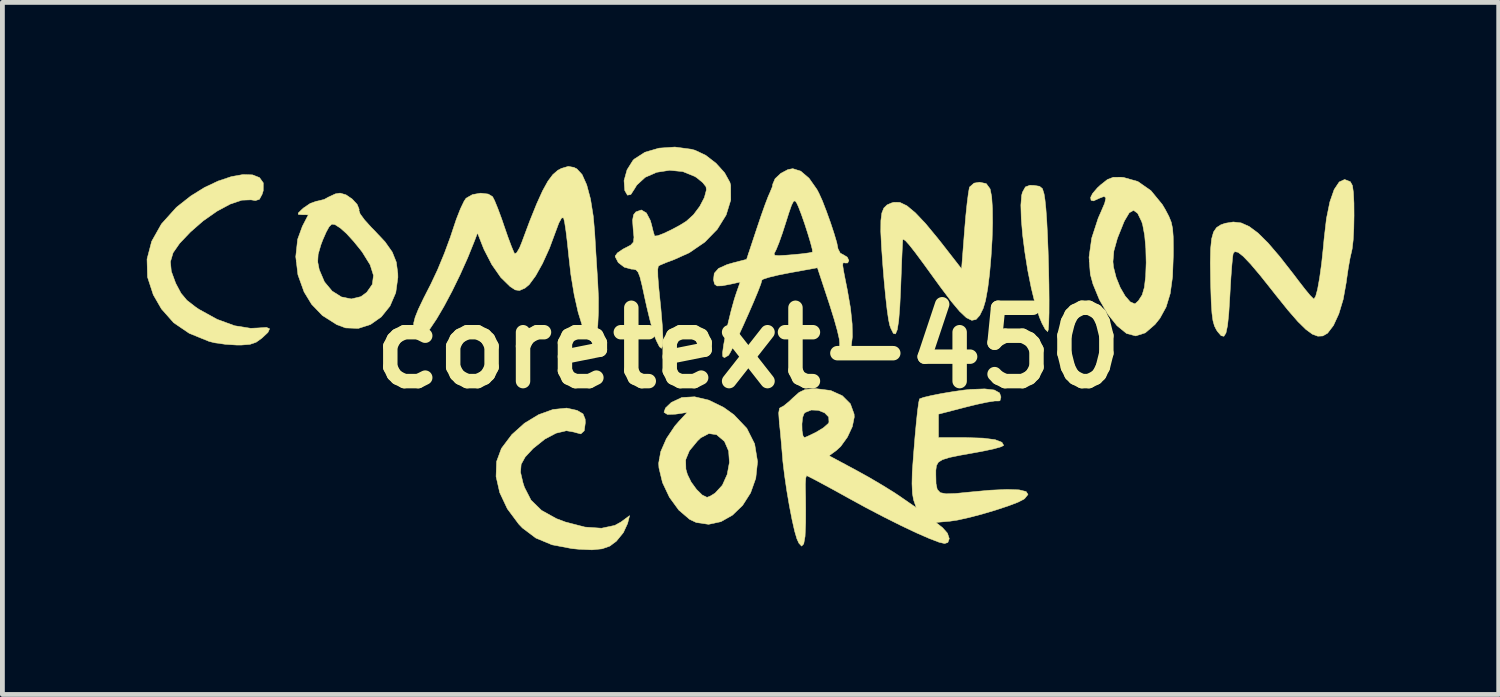
<source format=kicad_pcb>
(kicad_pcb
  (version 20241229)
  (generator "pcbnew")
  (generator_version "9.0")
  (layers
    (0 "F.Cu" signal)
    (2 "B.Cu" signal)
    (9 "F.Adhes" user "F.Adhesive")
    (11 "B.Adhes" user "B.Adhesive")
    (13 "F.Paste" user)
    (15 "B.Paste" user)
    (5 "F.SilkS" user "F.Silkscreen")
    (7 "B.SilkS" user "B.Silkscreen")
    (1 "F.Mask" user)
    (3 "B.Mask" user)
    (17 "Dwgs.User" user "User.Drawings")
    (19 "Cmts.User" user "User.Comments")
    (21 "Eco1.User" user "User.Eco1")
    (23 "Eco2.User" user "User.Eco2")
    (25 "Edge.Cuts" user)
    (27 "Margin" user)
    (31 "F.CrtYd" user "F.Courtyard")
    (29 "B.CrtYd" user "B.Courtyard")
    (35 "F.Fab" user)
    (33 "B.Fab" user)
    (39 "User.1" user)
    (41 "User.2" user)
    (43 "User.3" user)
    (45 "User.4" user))
  (footprint "coretext-450"
    (layer "F.Cu")
    (at 12.498 4.179)
    (property "Reference" "coretext-450" (at 0 0 0) (layer "F.SilkS") (effects (font (size 1.524 1.524) (thickness 0.3))))
    (attr through_hole)
    (fp_poly (pts (xy 5.941 -3.376) (xy 6.051 -3.358) (xy 6.111 -3.309) (xy 6.145 -3.199) (xy 6.164 -3.076) (xy 6.183 -2.892) (xy 6.201 -2.64) (xy 6.216 -2.339) (xy 6.229 -2.006) (xy 6.239 -1.66) (xy 6.246 -1.32) (xy 6.249 -1.003) (xy 6.248 -0.728) (xy 6.242 -0.514) (xy 6.232 -0.378) (xy 6.219 -0.339) (xy 6.169 -0.387) (xy 6.101 -0.513) (xy 6.047 -0.642) (xy 5.96 -0.915) (xy 5.879 -1.245) (xy 5.806 -1.609) (xy 5.746 -1.986) (xy 5.699 -2.352) (xy 5.671 -2.687) (xy 5.663 -2.968) (xy 5.679 -3.171) (xy 5.696 -3.235) (xy 5.757 -3.345) (xy 5.851 -3.38) (xy 5.941 -3.376)) (stroke (width 0.01) (type solid)) (fill yes) (layer "F.SilkS"))
    (fp_poly (pts (xy -3.557 1.298) (xy -3.435 1.37) (xy -3.39 1.479) (xy -3.387 1.556) (xy -3.409 1.721) (xy -3.48 1.786) (xy -3.603 1.755) (xy -3.612 1.75) (xy -3.78 1.72) (xy -3.994 1.771) (xy -4.229 1.895) (xy -4.465 2.084) (xy -4.473 2.091) (xy -4.636 2.266) (xy -4.72 2.418) (xy -4.733 2.583) (xy -4.683 2.799) (xy -4.652 2.895) (xy -4.515 3.162) (xy -4.297 3.375) (xy -3.987 3.547) (xy -3.801 3.617) (xy -3.395 3.722) (xy -3.05 3.746) (xy -2.773 3.687) (xy -2.647 3.617) (xy -2.467 3.484) (xy -2.508 3.647) (xy -2.596 3.837) (xy -2.742 4.016) (xy -2.879 4.118) (xy -3.039 4.174) (xy -3.248 4.195) (xy -3.53 4.182) (xy -3.664 4.169) (xy -4.079 4.09) (xy -4.415 3.95) (xy -4.694 3.74) (xy -4.771 3.659) (xy -5.007 3.342) (xy -5.165 3.006) (xy -5.241 2.672) (xy -5.23 2.359) (xy -5.13 2.088) (xy -4.915 1.802) (xy -4.651 1.565) (xy -4.358 1.387) (xy -4.059 1.279) (xy -3.774 1.25) (xy -3.557 1.298)) (stroke (width 0.01) (type solid)) (fill yes) (layer "F.SilkS"))
    (fp_poly (pts (xy -10.302 -3.596) (xy -10.156 -3.539) (xy -10.078 -3.43) (xy -10.079 -3.266) (xy -10.102 -3.192) (xy -10.158 -3.088) (xy -10.241 -3.062) (xy -10.334 -3.077) (xy -10.524 -3.07) (xy -10.766 -2.988) (xy -11.041 -2.84) (xy -11.329 -2.638) (xy -11.591 -2.409) (xy -11.815 -2.174) (xy -11.952 -1.977) (xy -12.007 -1.791) (xy -11.989 -1.593) (xy -11.903 -1.358) (xy -11.891 -1.331) (xy -11.787 -1.136) (xy -11.664 -0.989) (xy -11.485 -0.85) (xy -11.412 -0.801) (xy -11.037 -0.594) (xy -10.673 -0.461) (xy -10.341 -0.408) (xy -10.183 -0.415) (xy -10.013 -0.427) (xy -9.946 -0.398) (xy -9.981 -0.322) (xy -10.108 -0.203) (xy -10.227 -0.118) (xy -10.355 -0.074) (xy -10.533 -0.06) (xy -10.63 -0.06) (xy -10.863 -0.075) (xy -11.088 -0.107) (xy -11.204 -0.136) (xy -11.615 -0.303) (xy -11.939 -0.523) (xy -12.194 -0.811) (xy -12.363 -1.104) (xy -12.483 -1.472) (xy -12.493 -1.846) (xy -12.396 -2.216) (xy -12.194 -2.575) (xy -11.889 -2.914) (xy -11.863 -2.937) (xy -11.585 -3.156) (xy -11.297 -3.335) (xy -11.012 -3.469) (xy -10.742 -3.559) (xy -10.501 -3.602) (xy -10.302 -3.596)) (stroke (width 0.01) (type solid)) (fill yes) (layer "F.SilkS"))
    (fp_poly (pts (xy -0.82 1.085) (xy -0.512 1.236) (xy -0.299 1.389) (xy -0.031 1.671) (xy 0.131 1.993) (xy 0.191 2.358) (xy 0.191 2.371) (xy 0.155 2.708) (xy 0.047 3.012) (xy -0.119 3.272) (xy -0.33 3.475) (xy -0.569 3.61) (xy -0.825 3.665) (xy -1.082 3.627) (xy -1.221 3.561) (xy -1.445 3.369) (xy -1.639 3.103) (xy -1.783 2.798) (xy -1.857 2.492) (xy -1.863 2.395) (xy -1.85 2.323) (xy -1.302 2.323) (xy -1.297 2.518) (xy -1.266 2.627) (xy -1.189 2.785) (xy -1.077 2.939) (xy -0.958 3.056) (xy -0.859 3.104) (xy -0.856 3.104) (xy -0.784 3.075) (xy -0.69 3.016) (xy -0.54 2.853) (xy -0.439 2.629) (xy -0.393 2.38) (xy -0.409 2.142) (xy -0.492 1.949) (xy -0.502 1.936) (xy -0.66 1.802) (xy -0.82 1.779) (xy -0.988 1.867) (xy -1.055 1.931) (xy -1.225 2.137) (xy -1.302 2.323) (xy -1.85 2.323) (xy -1.82 2.155) (xy -1.702 1.885) (xy -1.526 1.622) (xy -1.447 1.531) (xy -1.27 1.34) (xy -1.51 1.376) (xy -1.681 1.382) (xy -1.752 1.337) (xy -1.721 1.248) (xy -1.601 1.133) (xy -1.382 1.03) (xy -1.116 1.015) (xy -0.82 1.085)) (stroke (width 0.01) (type solid)) (fill yes) (layer "F.SilkS"))
    (fp_poly (pts (xy 4.943 -3.414) (xy 5.021 -3.308) (xy 5.025 -3.298) (xy 5.056 -3.143) (xy 5.072 -2.9) (xy 5.075 -2.594) (xy 5.065 -2.251) (xy 5.043 -1.893) (xy 5.013 -1.546) (xy 4.974 -1.234) (xy 4.928 -0.982) (xy 4.881 -0.824) (xy 4.809 -0.677) (xy 4.732 -0.592) (xy 4.644 -0.573) (xy 4.533 -0.626) (xy 4.393 -0.757) (xy 4.214 -0.97) (xy 3.988 -1.271) (xy 3.866 -1.439) (xy 3.64 -1.751) (xy 3.471 -1.979) (xy 3.351 -2.132) (xy 3.272 -2.221) (xy 3.227 -2.255) (xy 3.209 -2.247) (xy 3.205 -2.188) (xy 3.197 -2.034) (xy 3.187 -1.806) (xy 3.176 -1.521) (xy 3.167 -1.275) (xy 3.148 -0.868) (xy 3.125 -0.571) (xy 3.095 -0.379) (xy 3.058 -0.291) (xy 3.014 -0.301) (xy 2.961 -0.407) (xy 2.938 -0.471) (xy 2.913 -0.589) (xy 2.883 -0.798) (xy 2.852 -1.075) (xy 2.821 -1.398) (xy 2.796 -1.702) (xy 2.767 -2.109) (xy 2.752 -2.418) (xy 2.754 -2.645) (xy 2.774 -2.803) (xy 2.816 -2.907) (xy 2.883 -2.972) (xy 2.975 -3.012) (xy 3.024 -3.026) (xy 3.148 -3.024) (xy 3.294 -2.954) (xy 3.469 -2.809) (xy 3.683 -2.583) (xy 3.943 -2.268) (xy 4.008 -2.186) (xy 4.431 -1.643) (xy 4.493 -2.445) (xy 4.518 -2.741) (xy 4.545 -3.002) (xy 4.571 -3.205) (xy 4.592 -3.327) (xy 4.598 -3.344) (xy 4.69 -3.424) (xy 4.805 -3.443) (xy 4.943 -3.414)) (stroke (width 0.01) (type solid)) (fill yes) (layer "F.SilkS"))
    (fp_poly (pts (xy -8.359 -3.181) (xy -8.23 -3.093) (xy -8.128 -2.983) (xy -8.086 -2.881) (xy -8.09 -2.856) (xy -8.065 -2.784) (xy -7.973 -2.659) (xy -7.831 -2.502) (xy -7.778 -2.449) (xy -7.548 -2.205) (xy -7.398 -1.992) (xy -7.314 -1.782) (xy -7.283 -1.547) (xy -7.281 -1.467) (xy -7.325 -1.148) (xy -7.445 -0.87) (xy -7.625 -0.646) (xy -7.85 -0.487) (xy -8.102 -0.406) (xy -8.367 -0.416) (xy -8.551 -0.484) (xy -8.851 -0.675) (xy -9.073 -0.906) (xy -9.23 -1.164) (xy -9.358 -1.52) (xy -9.39 -1.789) (xy -8.947 -1.789) (xy -8.915 -1.626) (xy -8.807 -1.373) (xy -8.647 -1.181) (xy -8.453 -1.059) (xy -8.248 -1.018) (xy -8.049 -1.066) (xy -7.928 -1.155) (xy -7.812 -1.321) (xy -7.788 -1.507) (xy -7.857 -1.726) (xy -8.02 -1.989) (xy -8.047 -2.025) (xy -8.199 -2.213) (xy -8.35 -2.378) (xy -8.471 -2.486) (xy -8.474 -2.489) (xy -8.589 -2.563) (xy -8.654 -2.572) (xy -8.708 -2.519) (xy -8.712 -2.514) (xy -8.771 -2.406) (xy -8.844 -2.239) (xy -8.881 -2.141) (xy -8.938 -1.945) (xy -8.947 -1.789) (xy -9.39 -1.789) (xy -9.403 -1.895) (xy -9.364 -2.257) (xy -9.266 -2.526) (xy -9.142 -2.766) (xy -9.27 -2.768) (xy -9.348 -2.773) (xy -9.352 -2.802) (xy -9.277 -2.876) (xy -9.24 -2.909) (xy -9.101 -3.003) (xy -8.971 -3.049) (xy -8.957 -3.05) (xy -8.813 -3.085) (xy -8.724 -3.134) (xy -8.58 -3.201) (xy -8.482 -3.217) (xy -8.359 -3.181)) (stroke (width 0.01) (type solid)) (fill yes) (layer "F.SilkS"))
    (fp_poly (pts (xy 7.793 -3.543) (xy 8.093 -3.458) (xy 8.365 -3.268) (xy 8.602 -2.979) (xy 8.667 -2.869) (xy 8.739 -2.732) (xy 8.787 -2.613) (xy 8.815 -2.482) (xy 8.828 -2.312) (xy 8.831 -2.072) (xy 8.83 -1.919) (xy 8.814 -1.48) (xy 8.766 -1.131) (xy 8.68 -0.849) (xy 8.552 -0.616) (xy 8.45 -0.488) (xy 8.247 -0.313) (xy 8.049 -0.25) (xy 7.859 -0.3) (xy 7.859 -0.3) (xy 7.661 -0.461) (xy 7.466 -0.705) (xy 7.294 -1.003) (xy 7.161 -1.327) (xy 7.106 -1.529) (xy 7.086 -1.792) (xy 7.576 -1.792) (xy 7.587 -1.682) (xy 7.642 -1.465) (xy 7.727 -1.255) (xy 7.83 -1.078) (xy 7.935 -0.957) (xy 8.027 -0.917) (xy 8.039 -0.92) (xy 8.105 -0.98) (xy 8.181 -1.098) (xy 8.184 -1.105) (xy 8.229 -1.259) (xy 8.256 -1.492) (xy 8.266 -1.771) (xy 8.259 -2.064) (xy 8.235 -2.336) (xy 8.194 -2.557) (xy 8.173 -2.625) (xy 8.089 -2.797) (xy 8.004 -2.859) (xy 7.915 -2.808) (xy 7.818 -2.645) (xy 7.803 -2.613) (xy 7.669 -2.28) (xy 7.595 -2.015) (xy 7.576 -1.792) (xy 7.086 -1.792) (xy 7.079 -1.884) (xy 7.135 -2.283) (xy 7.27 -2.697) (xy 7.321 -2.812) (xy 7.405 -3.008) (xy 7.429 -3.117) (xy 7.392 -3.148) (xy 7.292 -3.11) (xy 7.29 -3.109) (xy 7.172 -3.055) (xy 7.121 -3.068) (xy 7.112 -3.127) (xy 7.152 -3.208) (xy 7.252 -3.325) (xy 7.319 -3.387) (xy 7.461 -3.499) (xy 7.583 -3.546) (xy 7.742 -3.547) (xy 7.793 -3.543)) (stroke (width 0.01) (type solid)) (fill yes) (layer "F.SilkS"))
    (fp_poly (pts (xy 12.509 -3.453) (xy 12.552 -3.373) (xy 12.572 -3.23) (xy 12.583 -3.01) (xy 12.585 -2.749) (xy 12.58 -2.48) (xy 12.567 -2.238) (xy 12.546 -2.059) (xy 12.535 -2.008) (xy 12.503 -1.87) (xy 12.466 -1.661) (xy 12.43 -1.418) (xy 12.422 -1.356) (xy 12.36 -1.01) (xy 12.269 -0.708) (xy 12.158 -0.467) (xy 12.035 -0.306) (xy 11.936 -0.249) (xy 11.833 -0.244) (xy 11.719 -0.286) (xy 11.584 -0.385) (xy 11.418 -0.548) (xy 11.211 -0.786) (xy 10.953 -1.107) (xy 10.899 -1.176) (xy 10.638 -1.504) (xy 10.435 -1.744) (xy 10.283 -1.903) (xy 10.176 -1.987) (xy 10.107 -2.001) (xy 10.074 -1.963) (xy 10.062 -1.883) (xy 10.046 -1.713) (xy 10.028 -1.474) (xy 10.011 -1.19) (xy 10.005 -1.077) (xy 9.983 -0.72) (xy 9.957 -0.467) (xy 9.924 -0.31) (xy 9.881 -0.242) (xy 9.824 -0.254) (xy 9.751 -0.338) (xy 9.726 -0.375) (xy 9.685 -0.456) (xy 9.654 -0.566) (xy 9.633 -0.723) (xy 9.618 -0.949) (xy 9.608 -1.262) (xy 9.605 -1.38) (xy 9.599 -1.767) (xy 9.605 -2.057) (xy 9.626 -2.266) (xy 9.666 -2.409) (xy 9.729 -2.501) (xy 9.819 -2.559) (xy 9.909 -2.59) (xy 10.076 -2.617) (xy 10.239 -2.598) (xy 10.407 -2.523) (xy 10.59 -2.387) (xy 10.799 -2.18) (xy 11.044 -1.894) (xy 11.334 -1.523) (xy 11.43 -1.396) (xy 11.564 -1.223) (xy 11.673 -1.091) (xy 11.741 -1.023) (xy 11.751 -1.017) (xy 11.787 -1.07) (xy 11.828 -1.221) (xy 11.87 -1.456) (xy 11.912 -1.76) (xy 11.95 -2.12) (xy 11.962 -2.258) (xy 12.012 -2.688) (xy 12.083 -3.035) (xy 12.172 -3.291) (xy 12.277 -3.448) (xy 12.39 -3.5) (xy 12.509 -3.453)) (stroke (width 0.01) (type solid)) (fill yes) (layer "F.SilkS"))
    (fp_poly (pts (xy -1.189 -4.129) (xy -1.109 -4.108) (xy -0.886 -4.003) (xy -0.671 -3.837) (xy -0.493 -3.64) (xy -0.383 -3.441) (xy -0.367 -3.382) (xy -0.365 -3.073) (xy -0.461 -2.762) (xy -0.645 -2.465) (xy -0.905 -2.198) (xy -1.228 -1.977) (xy -1.539 -1.837) (xy -1.708 -1.774) (xy -1.831 -1.722) (xy -1.87 -1.7) (xy -1.882 -1.63) (xy -1.879 -1.481) (xy -1.864 -1.282) (xy -1.863 -1.27) (xy -1.816 -0.807) (xy -1.786 -0.452) (xy -1.774 -0.201) (xy -1.78 -0.048) (xy -1.804 0.009) (xy -1.846 -0.024) (xy -1.907 -0.145) (xy -1.938 -0.219) (xy -1.987 -0.367) (xy -2.047 -0.591) (xy -2.111 -0.856) (xy -2.151 -1.037) (xy -2.208 -1.301) (xy -2.251 -1.473) (xy -2.29 -1.573) (xy -2.333 -1.621) (xy -2.39 -1.636) (xy -2.428 -1.637) (xy -2.576 -1.677) (xy -2.702 -1.773) (xy -2.764 -1.892) (xy -2.766 -1.91) (xy -2.719 -1.975) (xy -2.604 -2.053) (xy -2.562 -2.075) (xy -2.444 -2.136) (xy -2.387 -2.199) (xy -2.376 -2.3) (xy -2.392 -2.462) (xy -2.405 -2.653) (xy -2.384 -2.767) (xy -2.337 -2.826) (xy -2.223 -2.867) (xy -2.118 -2.805) (xy -2.036 -2.649) (xy -2.011 -2.563) (xy -1.976 -2.42) (xy -1.95 -2.334) (xy -1.946 -2.325) (xy -1.885 -2.331) (xy -1.758 -2.379) (xy -1.594 -2.457) (xy -1.424 -2.548) (xy -1.286 -2.634) (xy -1.139 -2.768) (xy -1.008 -2.943) (xy -0.913 -3.125) (xy -0.871 -3.283) (xy -0.879 -3.349) (xy -0.948 -3.436) (xy -1.073 -3.538) (xy -1.112 -3.563) (xy -1.361 -3.664) (xy -1.635 -3.691) (xy -1.905 -3.649) (xy -2.142 -3.545) (xy -2.317 -3.384) (xy -2.36 -3.313) (xy -2.441 -3.188) (xy -2.511 -3.174) (xy -2.567 -3.271) (xy -2.582 -3.476) (xy -2.52 -3.7) (xy -2.398 -3.895) (xy -2.372 -3.922) (xy -2.148 -4.066) (xy -1.856 -4.151) (xy -1.526 -4.174) (xy -1.189 -4.129)) (stroke (width 0.01) (type solid)) (fill yes) (layer "F.SilkS"))
    (fp_poly (pts (xy -3.624 -3.751) (xy -3.562 -3.72) (xy -3.454 -3.603) (xy -3.358 -3.389) (xy -3.279 -3.094) (xy -3.221 -2.732) (xy -3.192 -2.399) (xy -3.177 -2.135) (xy -3.157 -1.813) (xy -3.136 -1.485) (xy -3.128 -1.352) (xy -3.114 -1.039) (xy -3.115 -0.741) (xy -3.127 -0.48) (xy -3.15 -0.275) (xy -3.183 -0.147) (xy -3.215 -0.113) (xy -3.276 -0.155) (xy -3.351 -0.25) (xy -3.446 -0.449) (xy -3.536 -0.741) (xy -3.618 -1.105) (xy -3.687 -1.523) (xy -3.731 -1.91) (xy -3.76 -2.188) (xy -3.789 -2.428) (xy -3.816 -2.607) (xy -3.838 -2.7) (xy -3.839 -2.703) (xy -3.878 -2.702) (xy -3.937 -2.595) (xy -4.002 -2.421) (xy -4.133 -2.068) (xy -4.276 -1.754) (xy -4.419 -1.498) (xy -4.552 -1.317) (xy -4.64 -1.243) (xy -4.754 -1.193) (xy -4.843 -1.206) (xy -4.95 -1.276) (xy -5.143 -1.465) (xy -5.33 -1.733) (xy -5.491 -2.045) (xy -5.52 -2.116) (xy -5.627 -2.389) (xy -5.689 -2.224) (xy -5.831 -1.872) (xy -5.99 -1.518) (xy -6.156 -1.178) (xy -6.321 -0.868) (xy -6.477 -0.602) (xy -6.615 -0.396) (xy -6.727 -0.266) (xy -6.798 -0.226) (xy -6.872 -0.272) (xy -6.927 -0.354) (xy -6.952 -0.432) (xy -6.952 -0.521) (xy -6.922 -0.638) (xy -6.856 -0.803) (xy -6.747 -1.031) (xy -6.595 -1.329) (xy -6.457 -1.622) (xy -6.315 -1.965) (xy -6.191 -2.301) (xy -6.151 -2.422) (xy -6.067 -2.673) (xy -5.981 -2.892) (xy -5.905 -3.05) (xy -5.864 -3.111) (xy -5.732 -3.186) (xy -5.562 -3.216) (xy -5.403 -3.197) (xy -5.314 -3.143) (xy -5.271 -3.06) (xy -5.204 -2.896) (xy -5.124 -2.68) (xy -5.075 -2.536) (xy -4.995 -2.305) (xy -4.924 -2.115) (xy -4.872 -1.99) (xy -4.854 -1.957) (xy -4.813 -1.977) (xy -4.753 -2.08) (xy -4.711 -2.182) (xy -4.542 -2.635) (xy -4.398 -2.992) (xy -4.275 -3.264) (xy -4.165 -3.463) (xy -4.062 -3.601) (xy -3.959 -3.69) (xy -3.886 -3.729) (xy -3.741 -3.772) (xy -3.624 -3.751)) (stroke (width 0.01) (type solid)) (fill yes) (layer "F.SilkS"))
    (fp_poly (pts (xy 1.091 -3.672) (xy 1.263 -3.524) (xy 1.425 -3.294) (xy 1.466 -3.217) (xy 1.539 -3.056) (xy 1.622 -2.841) (xy 1.707 -2.605) (xy 1.782 -2.377) (xy 1.838 -2.188) (xy 1.862 -2.069) (xy 1.863 -2.06) (xy 1.91 -1.97) (xy 1.976 -1.935) (xy 2.056 -1.886) (xy 2.089 -1.816) (xy 2.065 -1.766) (xy 2.018 -1.764) (xy 1.984 -1.77) (xy 1.965 -1.76) (xy 1.962 -1.713) (xy 1.977 -1.611) (xy 2.011 -1.435) (xy 2.058 -1.2) (xy 2.123 -0.824) (xy 2.157 -0.498) (xy 2.162 -0.232) (xy 2.138 -0.037) (xy 2.086 0.075) (xy 2.007 0.094) (xy 1.956 0.063) (xy 1.897 -0.041) (xy 1.898 -0.101) (xy 1.889 -0.188) (xy 1.85 -0.359) (xy 1.785 -0.591) (xy 1.701 -0.861) (xy 1.678 -0.932) (xy 1.436 -1.666) (xy 0.859 -1.561) (xy 0.621 -1.514) (xy 0.43 -1.468) (xy 0.311 -1.429) (xy 0.282 -1.409) (xy 0.26 -1.329) (xy 0.199 -1.17) (xy 0.11 -0.956) (xy 0.004 -0.712) (xy -0.109 -0.459) (xy -0.218 -0.222) (xy -0.313 -0.024) (xy -0.384 0.11) (xy -0.413 0.155) (xy -0.497 0.202) (xy -0.532 0.177) (xy -0.535 0.099) (xy -0.513 -0.062) (xy -0.472 -0.279) (xy -0.418 -0.527) (xy -0.356 -0.779) (xy -0.292 -1.01) (xy -0.246 -1.15) (xy -0.169 -1.369) (xy -0.353 -1.328) (xy -0.544 -1.291) (xy -0.651 -1.288) (xy -0.702 -1.326) (xy -0.722 -1.411) (xy -0.723 -1.416) (xy -0.708 -1.55) (xy -0.62 -1.651) (xy -0.441 -1.732) (xy -0.302 -1.772) (xy -0.036 -1.84) (xy 0.002 -1.955) (xy 0.535 -1.955) (xy 0.551 -1.925) (xy 0.629 -1.918) (xy 0.791 -1.927) (xy 0.904 -1.936) (xy 1.106 -1.955) (xy 1.258 -1.975) (xy 1.332 -1.991) (xy 1.334 -1.992) (xy 1.328 -2.052) (xy 1.292 -2.19) (xy 1.236 -2.376) (xy 1.17 -2.581) (xy 1.101 -2.778) (xy 1.04 -2.936) (xy 1.005 -3.011) (xy 0.972 -3.056) (xy 0.939 -3.045) (xy 0.898 -2.965) (xy 0.841 -2.801) (xy 0.785 -2.624) (xy 0.709 -2.388) (xy 0.637 -2.185) (xy 0.58 -2.045) (xy 0.562 -2.009) (xy 0.535 -1.955) (xy 0.002 -1.955) (xy 0.178 -2.486) (xy 0.266 -2.747) (xy 0.347 -2.975) (xy 0.412 -3.145) (xy 0.45 -3.231) (xy 0.499 -3.349) (xy 0.508 -3.404) (xy 0.556 -3.516) (xy 0.673 -3.626) (xy 0.821 -3.705) (xy 0.924 -3.725) (xy 1.091 -3.672)) (stroke (width 0.01) (type solid)) (fill yes) (layer "F.SilkS"))
    (fp_poly (pts (xy 1.713 0.885) (xy 1.954 0.994) (xy 2.12 1.16) (xy 2.198 1.375) (xy 2.201 1.438) (xy 2.161 1.635) (xy 2.059 1.853) (xy 1.92 2.046) (xy 1.829 2.13) (xy 1.678 2.24) (xy 2.236 2.539) (xy 2.509 2.69) (xy 2.787 2.854) (xy 3.031 3.005) (xy 3.142 3.079) (xy 3.49 3.32) (xy 3.434 3.159) (xy 3.41 3.025) (xy 3.401 2.82) (xy 3.406 2.586) (xy 3.408 2.557) (xy 3.435 2.19) (xy 3.463 1.846) (xy 3.491 1.544) (xy 3.517 1.3) (xy 3.54 1.133) (xy 3.557 1.059) (xy 3.559 1.058) (xy 3.641 1.028) (xy 3.805 0.989) (xy 4.019 0.947) (xy 4.253 0.908) (xy 4.476 0.876) (xy 4.613 0.862) (xy 4.911 0.851) (xy 5.111 0.874) (xy 5.22 0.935) (xy 5.249 1.02) (xy 5.228 1.098) (xy 5.195 1.102) (xy 5.121 1.102) (xy 4.963 1.127) (xy 4.746 1.173) (xy 4.546 1.222) (xy 3.951 1.376) (xy 3.951 1.863) (xy 4.519 1.863) (xy 4.878 1.874) (xy 5.127 1.906) (xy 5.269 1.961) (xy 5.306 2.025) (xy 5.254 2.053) (xy 5.114 2.093) (xy 4.908 2.138) (xy 4.727 2.172) (xy 4.407 2.229) (xy 4.182 2.275) (xy 4.035 2.321) (xy 3.949 2.374) (xy 3.909 2.445) (xy 3.896 2.543) (xy 3.896 2.637) (xy 3.9 2.82) (xy 3.925 2.939) (xy 3.988 3.007) (xy 4.109 3.031) (xy 4.307 3.024) (xy 4.567 2.998) (xy 5.022 2.956) (xy 5.375 2.94) (xy 5.626 2.949) (xy 5.771 2.984) (xy 5.811 3.044) (xy 5.742 3.13) (xy 5.725 3.143) (xy 5.604 3.205) (xy 5.402 3.282) (xy 5.148 3.366) (xy 4.869 3.449) (xy 4.596 3.521) (xy 4.356 3.575) (xy 4.192 3.6) (xy 3.897 3.626) (xy 4.037 3.736) (xy 4.137 3.849) (xy 4.175 3.962) (xy 4.146 4.042) (xy 4.078 4.064) (xy 3.963 4.037) (xy 3.764 3.961) (xy 3.498 3.845) (xy 3.179 3.694) (xy 2.823 3.516) (xy 2.444 3.318) (xy 2.073 3.115) (xy 1.797 2.962) (xy 1.555 2.831) (xy 1.366 2.73) (xy 1.245 2.668) (xy 1.21 2.653) (xy 1.193 2.703) (xy 1.185 2.832) (xy 1.186 2.921) (xy 1.19 3.111) (xy 1.192 3.363) (xy 1.191 3.626) (xy 1.19 3.655) (xy 1.179 3.916) (xy 1.151 4.071) (xy 1.107 4.118) (xy 1.05 4.056) (xy 1.009 3.965) (xy 0.963 3.809) (xy 0.909 3.57) (xy 0.852 3.276) (xy 0.798 2.958) (xy 0.752 2.643) (xy 0.718 2.361) (xy 0.709 2.25) (xy 0.687 1.991) (xy 0.663 1.727) (xy 0.647 1.579) (xy 1.114 1.579) (xy 1.117 1.722) (xy 1.137 1.83) (xy 1.166 1.863) (xy 1.226 1.839) (xy 1.35 1.78) (xy 1.416 1.747) (xy 1.562 1.658) (xy 1.659 1.572) (xy 1.676 1.545) (xy 1.67 1.435) (xy 1.585 1.348) (xy 1.453 1.296) (xy 1.308 1.29) (xy 1.181 1.341) (xy 1.159 1.362) (xy 1.128 1.445) (xy 1.114 1.579) (xy 0.647 1.579) (xy 0.643 1.538) (xy 0.631 1.351) (xy 0.648 1.253) (xy 0.665 1.242) (xy 0.735 1.205) (xy 0.85 1.111) (xy 0.92 1.044) (xy 1.055 0.924) (xy 1.177 0.866) (xy 1.341 0.847) (xy 1.413 0.847) (xy 1.713 0.885)) (stroke (width 0.01) (type solid)) (fill yes) (layer "F.SilkS")))
  (gr_rect
    (start -3 -3)
    (end 28.089 11.379)
    (stroke (width 0.1) (type default))
    (fill no)
    (layer "Edge.Cuts")))
</source>
